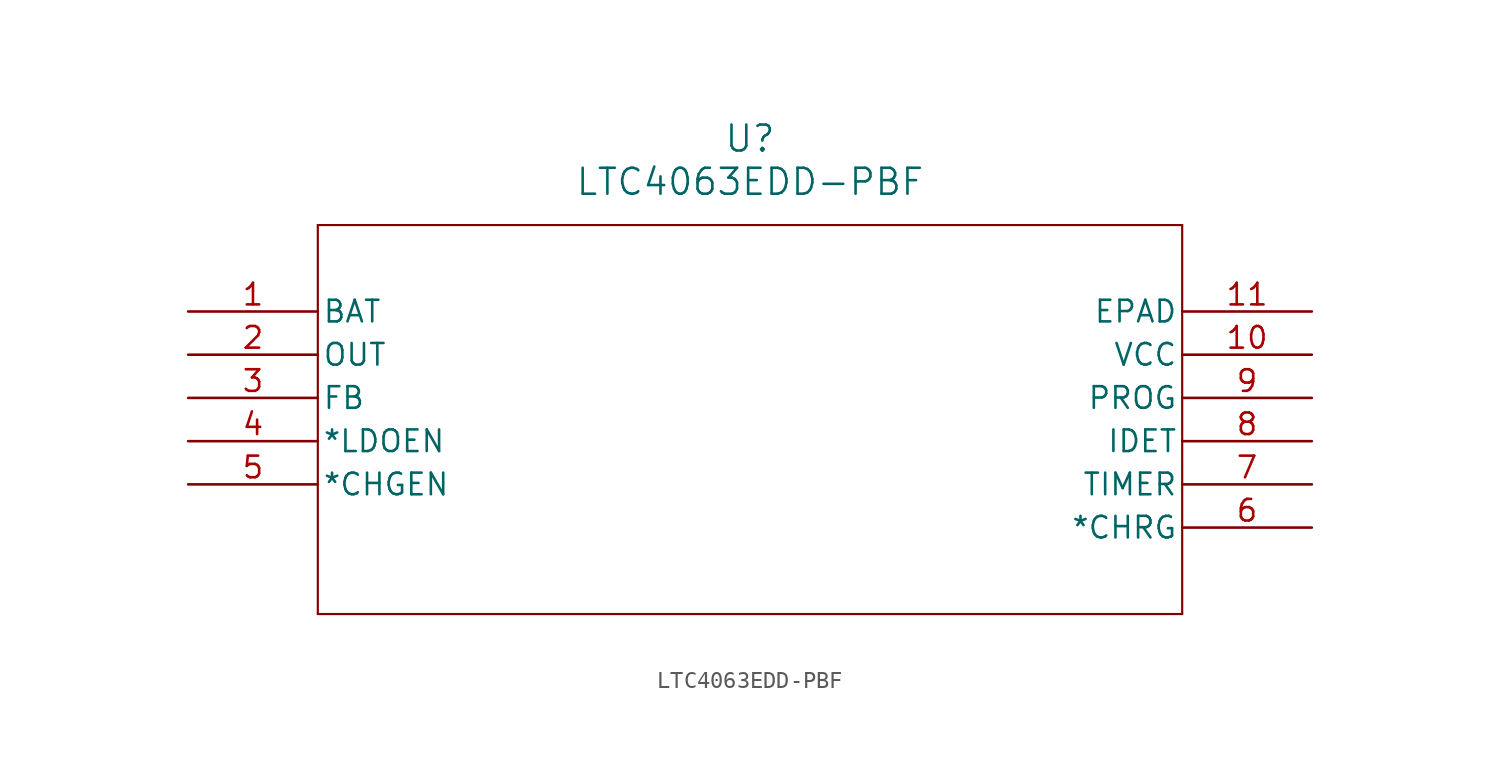
<source format=kicad_sym>
(kicad_symbol_lib
  (version 20241209)
  (generator "kicad_symbol_editor")
  (generator_version "9.0")
  (symbol "LTC4063EDD-PBF"
    (pin_names
      (offset 0.254))
    (property "Reference" "U"
      (at 33.02 10.16 0)
      (effects (font (size 1.524 1.524))))
    (property "Value" "LTC4063EDD-PBF"
      (at 33.02 7.62 0)
      (effects (font (size 1.524 1.524))))
    (property "ki_locked" ""
      (at 0 0 0)
      (effects (font (size 1.27 1.27))))
    (symbol "LTC4063EDD-PBF_0_1"
      (polyline (pts (xy 7.62 5.08) (xy 7.62 -17.78)) (stroke (width 0.127) (type default)) (fill (type none)))
      (polyline (pts (xy 7.62 -17.78) (xy 58.42 -17.78)) (stroke (width 0.127) (type default)) (fill (type none)))
      (polyline (pts (xy 58.42 5.08) (xy 7.62 5.08)) (stroke (width 0.127) (type default)) (fill (type none)))
      (polyline (pts (xy 58.42 -17.78) (xy 58.42 5.08)) (stroke (width 0.127) (type default)) (fill (type none)))
      (pin bidirectional line (at 0 0 0) (length 7.62) (name "BAT" (effects (font (size 1.27 1.27)))) (number "1" (effects (font (size 1.27 1.27)))))
      (pin input line (at 0 -5.08 0) (length 7.62) (name "FB" (effects (font (size 1.27 1.27)))) (number "3" (effects (font (size 1.27 1.27)))))
      (pin input line (at 0 -7.62 0) (length 7.62) (name "*LDOEN" (effects (font (size 1.27 1.27)))) (number "4" (effects (font (size 1.27 1.27)))))
      (pin input line (at 0 -10.16 0) (length 7.62) (name "*CHGEN" (effects (font (size 1.27 1.27)))) (number "5" (effects (font (size 1.27 1.27)))))
      (pin power_in line (at 66.04 -2.54 180) (length 7.62) (name "VCC" (effects (font (size 1.27 1.27)))) (number "10" (effects (font (size 1.27 1.27)))))
      (pin unspecified line (at 66.04 -5.08 180) (length 7.62) (name "PROG" (effects (font (size 1.27 1.27)))) (number "9" (effects (font (size 1.27 1.27)))))
      (pin unspecified line (at 66.04 -7.62 180) (length 7.62) (name "IDET" (effects (font (size 1.27 1.27)))) (number "8" (effects (font (size 1.27 1.27)))))
      (pin unspecified line (at 66.04 -10.16 180) (length 7.62) (name "TIMER" (effects (font (size 1.27 1.27)))) (number "7" (effects (font (size 1.27 1.27)))))
      (pin output line (at 66.04 -12.7 180) (length 7.62) (name "*CHRG" (effects (font (size 1.27 1.27)))) (number "6" (effects (font (size 1.27 1.27))))))
    (symbol "LTC4063EDD-PBF_1_1"
      (pin power_out line (at 0 -2.54 0) (length 7.62) (name "OUT" (effects (font (size 1.27 1.27)))) (number "2" (effects (font (size 1.27 1.27)))))
      (pin power_in line (at 66.04 0 180) (length 7.62) (name "EPAD" (effects (font (size 1.27 1.27)))) (number "11" (effects (font (size 1.27 1.27))))))))
</source>
